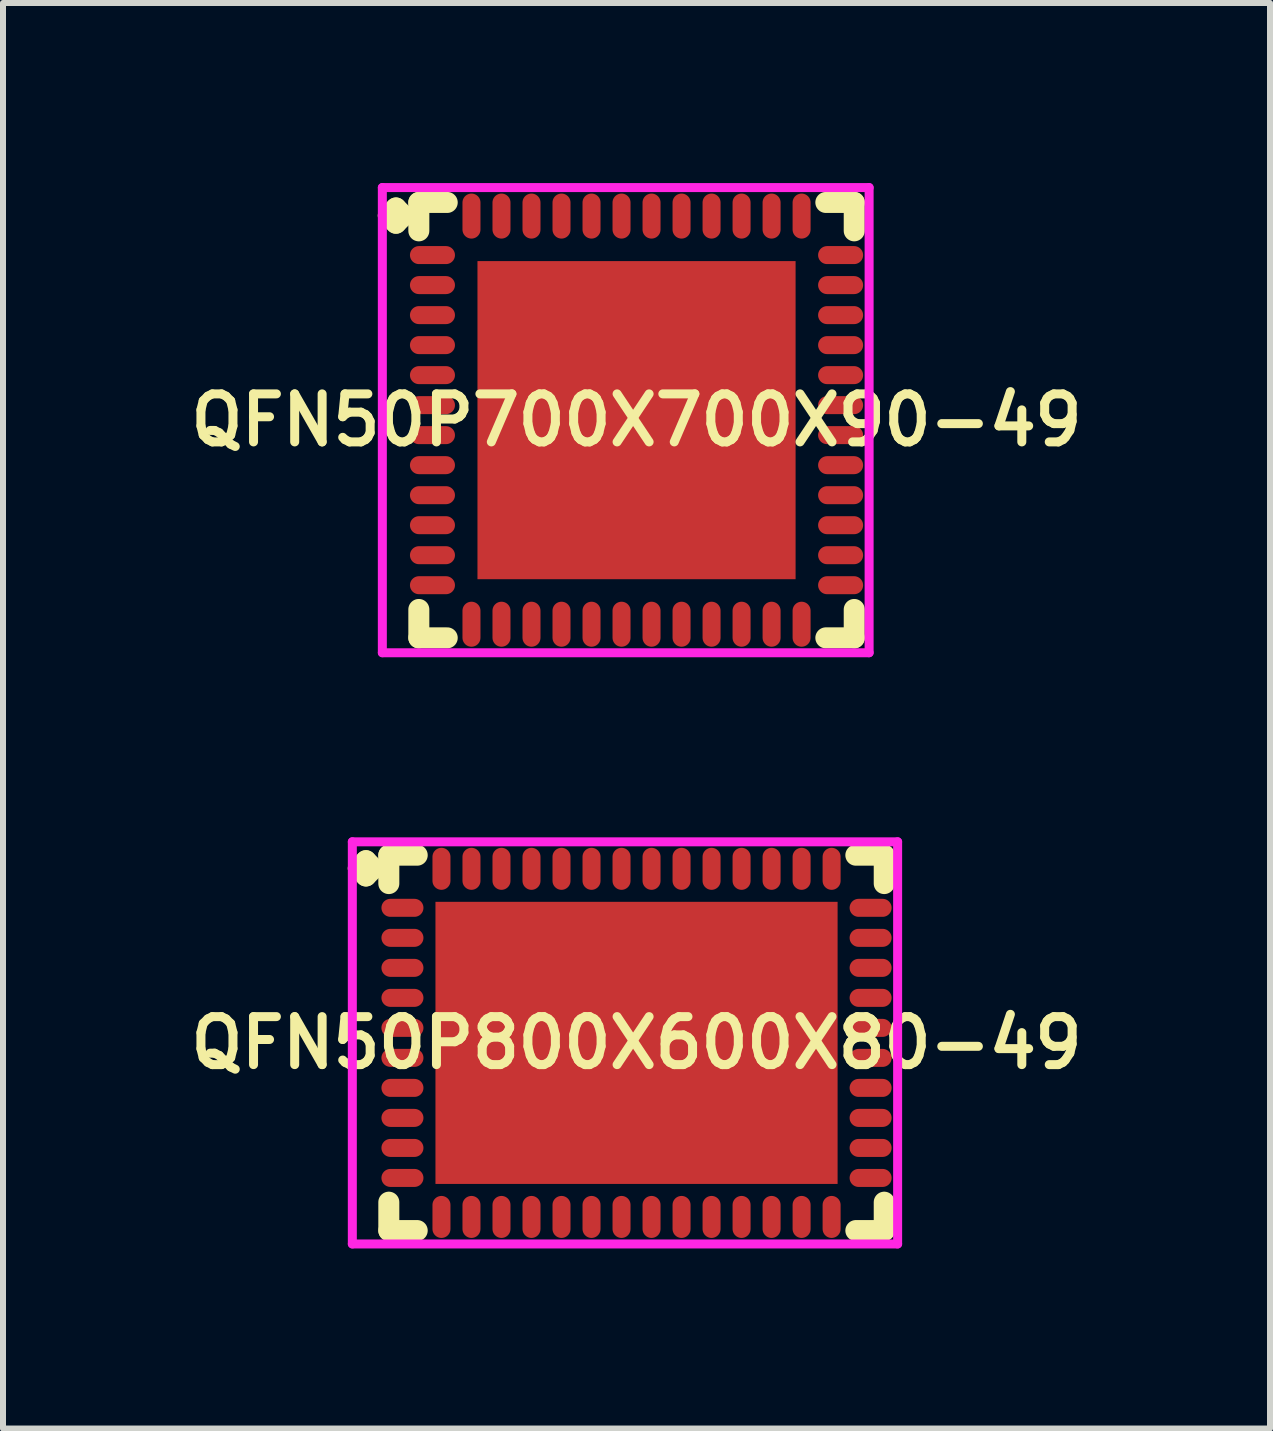
<source format=kicad_pcb>
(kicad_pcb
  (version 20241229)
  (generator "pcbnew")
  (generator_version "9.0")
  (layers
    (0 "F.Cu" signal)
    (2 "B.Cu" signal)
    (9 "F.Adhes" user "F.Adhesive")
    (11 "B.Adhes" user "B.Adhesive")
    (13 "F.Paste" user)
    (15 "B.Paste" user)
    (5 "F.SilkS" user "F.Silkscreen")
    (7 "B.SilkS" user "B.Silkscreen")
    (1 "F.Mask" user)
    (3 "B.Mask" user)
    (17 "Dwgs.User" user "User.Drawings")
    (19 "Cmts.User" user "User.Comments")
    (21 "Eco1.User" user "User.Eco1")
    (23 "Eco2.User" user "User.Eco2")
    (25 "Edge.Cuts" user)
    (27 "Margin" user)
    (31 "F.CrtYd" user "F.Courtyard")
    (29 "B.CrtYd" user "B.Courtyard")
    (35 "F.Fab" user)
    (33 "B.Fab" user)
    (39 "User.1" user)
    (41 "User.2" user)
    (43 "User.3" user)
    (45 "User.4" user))
  (footprint "QFN50P800X600X80-49"
    (layer "F.Cu")
    (at 7.555 14.325)
    (property "Reference" "QFN50P800X600X80-49" (at 0 0 0) (layer "F.SilkS") (effects (font (size 0.8 0.8) (thickness 0.15))))
    (attr smd)
    (fp_line (start -4.635 -2.908) (end -4.508 -3.035) (stroke (width 0.35) (type solid)) (layer "F.SilkS"))
    (fp_line (start -4.508 -3.035) (end -4.381 -2.908) (stroke (width 0.35) (type solid)) (layer "F.SilkS"))
    (fp_line (start -4.508 -2.781) (end -4.635 -2.908) (stroke (width 0.35) (type solid)) (layer "F.SilkS"))
    (fp_line (start -4.381 -2.908) (end -4.508 -2.781) (stroke (width 0.35) (type solid)) (layer "F.SilkS"))
    (fp_line (start -4.127 -3.127) (end -3.654 -3.127) (stroke (width 0.35) (type solid)) (layer "F.SilkS"))
    (fp_line (start -4.127 -2.654) (end -4.127 -3.127) (stroke (width 0.35) (type solid)) (layer "F.SilkS"))
    (fp_line (start -4.127 2.654) (end -4.127 3.127) (stroke (width 0.35) (type solid)) (layer "F.SilkS"))
    (fp_line (start -4.127 3.127) (end -3.654 3.127) (stroke (width 0.35) (type solid)) (layer "F.SilkS"))
    (fp_line (start 3.654 -3.127) (end 4.127 -3.127) (stroke (width 0.35) (type solid)) (layer "F.SilkS"))
    (fp_line (start 3.654 3.127) (end 4.127 3.127) (stroke (width 0.35) (type solid)) (layer "F.SilkS"))
    (fp_line (start 4.127 -3.127) (end 4.127 -2.654) (stroke (width 0.35) (type solid)) (layer "F.SilkS"))
    (fp_line (start 4.127 3.127) (end 4.127 2.654) (stroke (width 0.35) (type solid)) (layer "F.SilkS"))
    (fp_line (start -4.735 -3.35) (end 4.35 -3.35) (stroke (width 0.15) (type solid)) (layer "F.CrtYd"))
    (fp_line (start -4.735 3.35) (end -4.735 -3.35) (stroke (width 0.15) (type solid)) (layer "F.CrtYd"))
    (fp_line (start 4.35 -3.35) (end 4.35 3.35) (stroke (width 0.15) (type solid)) (layer "F.CrtYd"))
    (fp_line (start 4.35 3.35) (end -4.735 3.35) (stroke (width 0.15) (type solid)) (layer "F.CrtYd"))
    (pad "1" smd oval (at -3.9 -2.25) (size 0.7 0.3) (layers "F.Cu" "F.Mask" "F.Paste"))
    (pad "2" smd oval (at -3.9 -1.75) (size 0.7 0.3) (layers "F.Cu" "F.Mask" "F.Paste"))
    (pad "3" smd oval (at -3.9 -1.25) (size 0.7 0.3) (layers "F.Cu" "F.Mask" "F.Paste"))
    (pad "4" smd oval (at -3.9 -0.75) (size 0.7 0.3) (layers "F.Cu" "F.Mask" "F.Paste"))
    (pad "5" smd oval (at -3.9 -0.25) (size 0.7 0.3) (layers "F.Cu" "F.Mask" "F.Paste"))
    (pad "6" smd oval (at -3.9 0.25) (size 0.7 0.3) (layers "F.Cu" "F.Mask" "F.Paste"))
    (pad "7" smd oval (at -3.9 0.75) (size 0.7 0.3) (layers "F.Cu" "F.Mask" "F.Paste"))
    (pad "8" smd oval (at -3.9 1.25) (size 0.7 0.3) (layers "F.Cu" "F.Mask" "F.Paste"))
    (pad "9" smd oval (at -3.9 1.75) (size 0.7 0.3) (layers "F.Cu" "F.Mask" "F.Paste"))
    (pad "10" smd oval (at -3.9 2.25) (size 0.7 0.3) (layers "F.Cu" "F.Mask" "F.Paste"))
    (pad "11" smd oval (at -3.25 2.9) (size 0.3 0.7) (layers "F.Cu" "F.Mask" "F.Paste"))
    (pad "12" smd oval (at -2.75 2.9) (size 0.3 0.7) (layers "F.Cu" "F.Mask" "F.Paste"))
    (pad "13" smd oval (at -2.25 2.9) (size 0.3 0.7) (layers "F.Cu" "F.Mask" "F.Paste"))
    (pad "14" smd oval (at -1.75 2.9) (size 0.3 0.7) (layers "F.Cu" "F.Mask" "F.Paste"))
    (pad "15" smd oval (at -1.25 2.9) (size 0.3 0.7) (layers "F.Cu" "F.Mask" "F.Paste"))
    (pad "16" smd oval (at -0.75 2.9) (size 0.3 0.7) (layers "F.Cu" "F.Mask" "F.Paste"))
    (pad "17" smd oval (at -0.25 2.9) (size 0.3 0.7) (layers "F.Cu" "F.Mask" "F.Paste"))
    (pad "18" smd oval (at 0.25 2.9) (size 0.3 0.7) (layers "F.Cu" "F.Mask" "F.Paste"))
    (pad "19" smd oval (at 0.75 2.9) (size 0.3 0.7) (layers "F.Cu" "F.Mask" "F.Paste"))
    (pad "20" smd oval (at 1.25 2.9) (size 0.3 0.7) (layers "F.Cu" "F.Mask" "F.Paste"))
    (pad "21" smd oval (at 1.75 2.9) (size 0.3 0.7) (layers "F.Cu" "F.Mask" "F.Paste"))
    (pad "22" smd oval (at 2.25 2.9) (size 0.3 0.7) (layers "F.Cu" "F.Mask" "F.Paste"))
    (pad "23" smd oval (at 2.75 2.9) (size 0.3 0.7) (layers "F.Cu" "F.Mask" "F.Paste"))
    (pad "24" smd oval (at 3.25 2.9) (size 0.3 0.7) (layers "F.Cu" "F.Mask" "F.Paste"))
    (pad "25" smd oval (at 3.9 2.25) (size 0.7 0.3) (layers "F.Cu" "F.Mask" "F.Paste"))
    (pad "26" smd oval (at 3.9 1.75) (size 0.7 0.3) (layers "F.Cu" "F.Mask" "F.Paste"))
    (pad "27" smd oval (at 3.9 1.25) (size 0.7 0.3) (layers "F.Cu" "F.Mask" "F.Paste"))
    (pad "28" smd oval (at 3.9 0.75) (size 0.7 0.3) (layers "F.Cu" "F.Mask" "F.Paste"))
    (pad "29" smd oval (at 3.9 0.25) (size 0.7 0.3) (layers "F.Cu" "F.Mask" "F.Paste"))
    (pad "30" smd oval (at 3.9 -0.25) (size 0.7 0.3) (layers "F.Cu" "F.Mask" "F.Paste"))
    (pad "31" smd oval (at 3.9 -0.75) (size 0.7 0.3) (layers "F.Cu" "F.Mask" "F.Paste"))
    (pad "32" smd oval (at 3.9 -1.25) (size 0.7 0.3) (layers "F.Cu" "F.Mask" "F.Paste"))
    (pad "33" smd oval (at 3.9 -1.75) (size 0.7 0.3) (layers "F.Cu" "F.Mask" "F.Paste"))
    (pad "34" smd oval (at 3.9 -2.25) (size 0.7 0.3) (layers "F.Cu" "F.Mask" "F.Paste"))
    (pad "35" smd oval (at 3.25 -2.9) (size 0.3 0.7) (layers "F.Cu" "F.Mask" "F.Paste"))
    (pad "36" smd oval (at 2.75 -2.9) (size 0.3 0.7) (layers "F.Cu" "F.Mask" "F.Paste"))
    (pad "37" smd oval (at 2.25 -2.9) (size 0.3 0.7) (layers "F.Cu" "F.Mask" "F.Paste"))
    (pad "38" smd oval (at 1.75 -2.9) (size 0.3 0.7) (layers "F.Cu" "F.Mask" "F.Paste"))
    (pad "39" smd oval (at 1.25 -2.9) (size 0.3 0.7) (layers "F.Cu" "F.Mask" "F.Paste"))
    (pad "40" smd oval (at 0.75 -2.9) (size 0.3 0.7) (layers "F.Cu" "F.Mask" "F.Paste"))
    (pad "41" smd oval (at 0.25 -2.9) (size 0.3 0.7) (layers "F.Cu" "F.Mask" "F.Paste"))
    (pad "42" smd oval (at -0.25 -2.9) (size 0.3 0.7) (layers "F.Cu" "F.Mask" "F.Paste"))
    (pad "43" smd oval (at -0.75 -2.9) (size 0.3 0.7) (layers "F.Cu" "F.Mask" "F.Paste"))
    (pad "44" smd oval (at -1.25 -2.9) (size 0.3 0.7) (layers "F.Cu" "F.Mask" "F.Paste"))
    (pad "45" smd oval (at -1.75 -2.9) (size 0.3 0.7) (layers "F.Cu" "F.Mask" "F.Paste"))
    (pad "46" smd oval (at -2.25 -2.9) (size 0.3 0.7) (layers "F.Cu" "F.Mask" "F.Paste"))
    (pad "47" smd oval (at -2.75 -2.9) (size 0.3 0.7) (layers "F.Cu" "F.Mask" "F.Paste"))
    (pad "48" smd oval (at -3.25 -2.9) (size 0.3 0.7) (layers "F.Cu" "F.Mask" "F.Paste"))
    (pad "49" smd rect (at 0 0) (size 6.7 4.7) (layers "F.Cu" "F.Mask" "F.Paste")))
  (footprint "QFN50P700X700X90-49"
    (layer "F.Cu")
    (at 7.555 3.95)
    (property "Reference" "QFN50P700X700X90-49" (at 0 0 0) (layer "F.SilkS") (effects (font (size 0.8 0.8) (thickness 0.15))))
    (attr smd)
    (fp_line (start -4.135 -3.408) (end -4.008 -3.535) (stroke (width 0.35) (type solid)) (layer "F.SilkS"))
    (fp_line (start -4.008 -3.535) (end -3.881 -3.408) (stroke (width 0.35) (type solid)) (layer "F.SilkS"))
    (fp_line (start -4.008 -3.281) (end -4.135 -3.408) (stroke (width 0.35) (type solid)) (layer "F.SilkS"))
    (fp_line (start -3.881 -3.408) (end -4.008 -3.281) (stroke (width 0.35) (type solid)) (layer "F.SilkS"))
    (fp_line (start -3.627 -3.627) (end -3.154 -3.627) (stroke (width 0.35) (type solid)) (layer "F.SilkS"))
    (fp_line (start -3.627 -3.154) (end -3.627 -3.627) (stroke (width 0.35) (type solid)) (layer "F.SilkS"))
    (fp_line (start -3.627 3.154) (end -3.627 3.627) (stroke (width 0.35) (type solid)) (layer "F.SilkS"))
    (fp_line (start -3.627 3.627) (end -3.154 3.627) (stroke (width 0.35) (type solid)) (layer "F.SilkS"))
    (fp_line (start 3.154 -3.627) (end 3.627 -3.627) (stroke (width 0.35) (type solid)) (layer "F.SilkS"))
    (fp_line (start 3.154 3.627) (end 3.627 3.627) (stroke (width 0.35) (type solid)) (layer "F.SilkS"))
    (fp_line (start 3.627 -3.627) (end 3.627 -3.154) (stroke (width 0.35) (type solid)) (layer "F.SilkS"))
    (fp_line (start 3.627 3.627) (end 3.627 3.154) (stroke (width 0.35) (type solid)) (layer "F.SilkS"))
    (fp_line (start -4.235 -3.875) (end 3.875 -3.875) (stroke (width 0.15) (type solid)) (layer "F.CrtYd"))
    (fp_line (start -4.235 3.875) (end -4.235 -3.875) (stroke (width 0.15) (type solid)) (layer "F.CrtYd"))
    (fp_line (start 3.875 -3.875) (end 3.875 3.875) (stroke (width 0.15) (type solid)) (layer "F.CrtYd"))
    (fp_line (start 3.875 3.875) (end -4.235 3.875) (stroke (width 0.15) (type solid)) (layer "F.CrtYd"))
    (pad "1" smd oval (at -3.4 -2.75) (size 0.75 0.3) (layers "F.Cu" "F.Mask" "F.Paste"))
    (pad "2" smd oval (at -3.4 -2.25) (size 0.75 0.3) (layers "F.Cu" "F.Mask" "F.Paste"))
    (pad "3" smd oval (at -3.4 -1.75) (size 0.75 0.3) (layers "F.Cu" "F.Mask" "F.Paste"))
    (pad "4" smd oval (at -3.4 -1.25) (size 0.75 0.3) (layers "F.Cu" "F.Mask" "F.Paste"))
    (pad "5" smd oval (at -3.4 -0.75) (size 0.75 0.3) (layers "F.Cu" "F.Mask" "F.Paste"))
    (pad "6" smd oval (at -3.4 -0.25) (size 0.75 0.3) (layers "F.Cu" "F.Mask" "F.Paste"))
    (pad "7" smd oval (at -3.4 0.25) (size 0.75 0.3) (layers "F.Cu" "F.Mask" "F.Paste"))
    (pad "8" smd oval (at -3.4 0.75) (size 0.75 0.3) (layers "F.Cu" "F.Mask" "F.Paste"))
    (pad "9" smd oval (at -3.4 1.25) (size 0.75 0.3) (layers "F.Cu" "F.Mask" "F.Paste"))
    (pad "10" smd oval (at -3.4 1.75) (size 0.75 0.3) (layers "F.Cu" "F.Mask" "F.Paste"))
    (pad "11" smd oval (at -3.4 2.25) (size 0.75 0.3) (layers "F.Cu" "F.Mask" "F.Paste"))
    (pad "12" smd oval (at -3.4 2.75) (size 0.75 0.3) (layers "F.Cu" "F.Mask" "F.Paste"))
    (pad "13" smd oval (at -2.75 3.4) (size 0.3 0.75) (layers "F.Cu" "F.Mask" "F.Paste"))
    (pad "14" smd oval (at -2.25 3.4) (size 0.3 0.75) (layers "F.Cu" "F.Mask" "F.Paste"))
    (pad "15" smd oval (at -1.75 3.4) (size 0.3 0.75) (layers "F.Cu" "F.Mask" "F.Paste"))
    (pad "16" smd oval (at -1.25 3.4) (size 0.3 0.75) (layers "F.Cu" "F.Mask" "F.Paste"))
    (pad "17" smd oval (at -0.75 3.4) (size 0.3 0.75) (layers "F.Cu" "F.Mask" "F.Paste"))
    (pad "18" smd oval (at -0.25 3.4) (size 0.3 0.75) (layers "F.Cu" "F.Mask" "F.Paste"))
    (pad "19" smd oval (at 0.25 3.4) (size 0.3 0.75) (layers "F.Cu" "F.Mask" "F.Paste"))
    (pad "20" smd oval (at 0.75 3.4) (size 0.3 0.75) (layers "F.Cu" "F.Mask" "F.Paste"))
    (pad "21" smd oval (at 1.25 3.4) (size 0.3 0.75) (layers "F.Cu" "F.Mask" "F.Paste"))
    (pad "22" smd oval (at 1.75 3.4) (size 0.3 0.75) (layers "F.Cu" "F.Mask" "F.Paste"))
    (pad "23" smd oval (at 2.25 3.4) (size 0.3 0.75) (layers "F.Cu" "F.Mask" "F.Paste"))
    (pad "24" smd oval (at 2.75 3.4) (size 0.3 0.75) (layers "F.Cu" "F.Mask" "F.Paste"))
    (pad "25" smd oval (at 3.4 2.75) (size 0.75 0.3) (layers "F.Cu" "F.Mask" "F.Paste"))
    (pad "26" smd oval (at 3.4 2.25) (size 0.75 0.3) (layers "F.Cu" "F.Mask" "F.Paste"))
    (pad "27" smd oval (at 3.4 1.75) (size 0.75 0.3) (layers "F.Cu" "F.Mask" "F.Paste"))
    (pad "28" smd oval (at 3.4 1.25) (size 0.75 0.3) (layers "F.Cu" "F.Mask" "F.Paste"))
    (pad "29" smd oval (at 3.4 0.75) (size 0.75 0.3) (layers "F.Cu" "F.Mask" "F.Paste"))
    (pad "30" smd oval (at 3.4 0.25) (size 0.75 0.3) (layers "F.Cu" "F.Mask" "F.Paste"))
    (pad "31" smd oval (at 3.4 -0.25) (size 0.75 0.3) (layers "F.Cu" "F.Mask" "F.Paste"))
    (pad "32" smd oval (at 3.4 -0.75) (size 0.75 0.3) (layers "F.Cu" "F.Mask" "F.Paste"))
    (pad "33" smd oval (at 3.4 -1.25) (size 0.75 0.3) (layers "F.Cu" "F.Mask" "F.Paste"))
    (pad "34" smd oval (at 3.4 -1.75) (size 0.75 0.3) (layers "F.Cu" "F.Mask" "F.Paste"))
    (pad "35" smd oval (at 3.4 -2.25) (size 0.75 0.3) (layers "F.Cu" "F.Mask" "F.Paste"))
    (pad "36" smd oval (at 3.4 -2.75) (size 0.75 0.3) (layers "F.Cu" "F.Mask" "F.Paste"))
    (pad "37" smd oval (at 2.75 -3.4) (size 0.3 0.75) (layers "F.Cu" "F.Mask" "F.Paste"))
    (pad "38" smd oval (at 2.25 -3.4) (size 0.3 0.75) (layers "F.Cu" "F.Mask" "F.Paste"))
    (pad "39" smd oval (at 1.75 -3.4) (size 0.3 0.75) (layers "F.Cu" "F.Mask" "F.Paste"))
    (pad "40" smd oval (at 1.25 -3.4) (size 0.3 0.75) (layers "F.Cu" "F.Mask" "F.Paste"))
    (pad "41" smd oval (at 0.75 -3.4) (size 0.3 0.75) (layers "F.Cu" "F.Mask" "F.Paste"))
    (pad "42" smd oval (at 0.25 -3.4) (size 0.3 0.75) (layers "F.Cu" "F.Mask" "F.Paste"))
    (pad "43" smd oval (at -0.25 -3.4) (size 0.3 0.75) (layers "F.Cu" "F.Mask" "F.Paste"))
    (pad "44" smd oval (at -0.75 -3.4) (size 0.3 0.75) (layers "F.Cu" "F.Mask" "F.Paste"))
    (pad "45" smd oval (at -1.25 -3.4) (size 0.3 0.75) (layers "F.Cu" "F.Mask" "F.Paste"))
    (pad "46" smd oval (at -1.75 -3.4) (size 0.3 0.75) (layers "F.Cu" "F.Mask" "F.Paste"))
    (pad "47" smd oval (at -2.25 -3.4) (size 0.3 0.75) (layers "F.Cu" "F.Mask" "F.Paste"))
    (pad "48" smd oval (at -2.75 -3.4) (size 0.3 0.75) (layers "F.Cu" "F.Mask" "F.Paste"))
    (pad "49" smd rect (at 0 0) (size 5.3 5.3) (layers "F.Cu" "F.Mask" "F.Paste")))
  (gr_rect
    (start -3 -3)
    (end 18.109 20.75)
    (stroke (width 0.1) (type default))
    (fill no)
    (layer "Edge.Cuts")))
</source>
